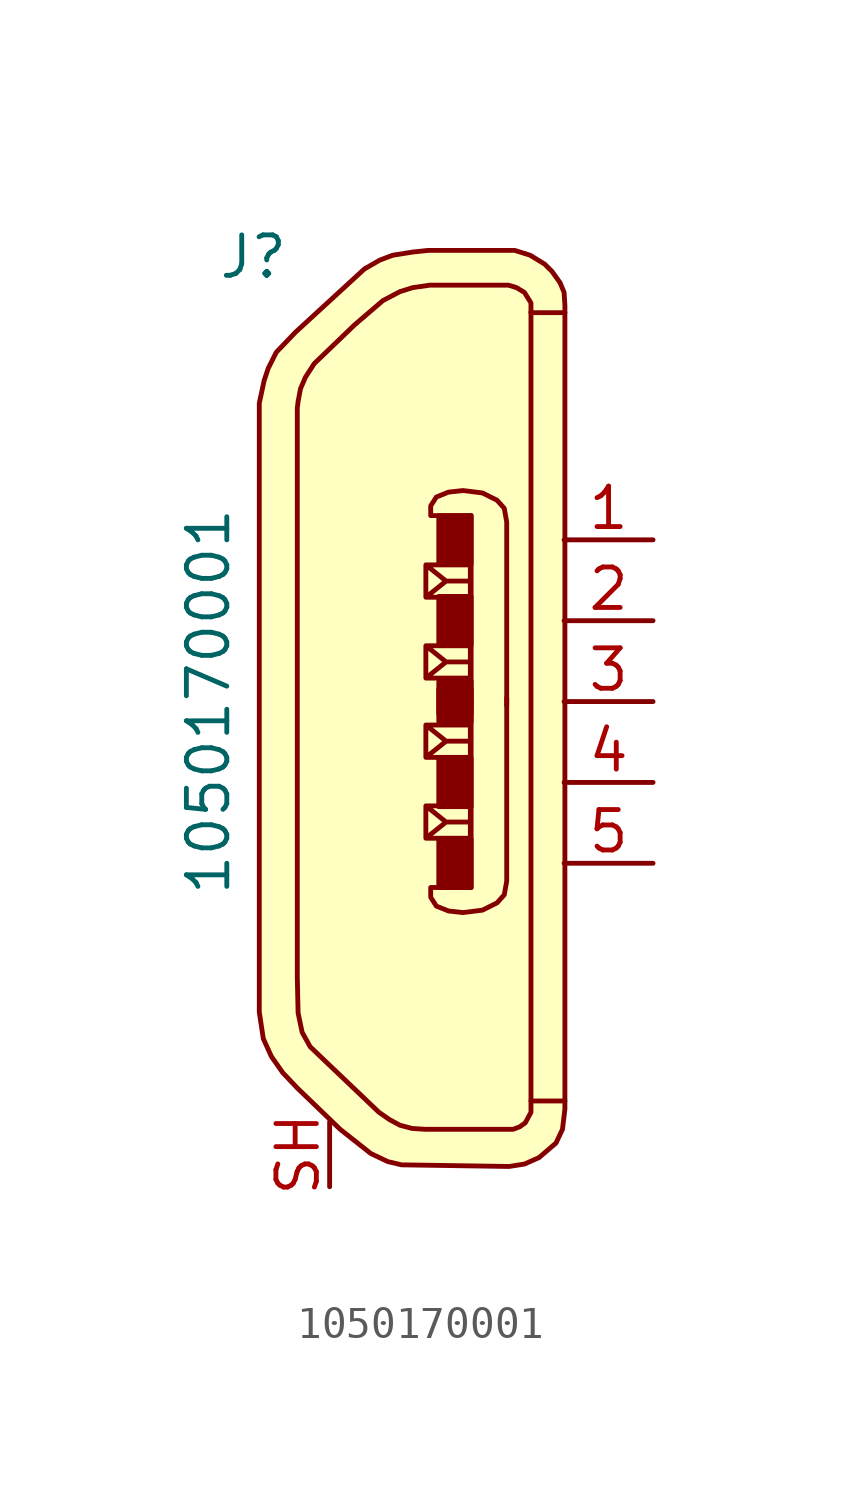
<source format=kicad_sym>
(kicad_symbol_lib
  (version 20220914)
  (generator kicad_symbol_editor)
  (symbol "1050170001"
    (pin_names
      (offset 1.016))
    (property "Reference" "J"
      (at -3.81 13.97 0)
      (effects (font (size 1.27 1.27)) (justify right)))
    (property "Value" "1050170001"
      (at -6.35 0 90)
      (effects (font (size 1.27 1.27))))
    (symbol "1050170001_1_1"
      (polyline (pts (xy 3.785 12.243) (xy 3.785 -12.548)) (stroke (width 0) (type solid)) (fill (type none)))
      (polyline (pts (xy 0.483 -4.293) (xy 0.483 -3.277) (xy 1.88 -3.277) (xy 1.88 -4.293) (xy 0.483 -4.293) (xy 1.118 -3.785) (xy 0.483 -3.277) (xy 1.88 -3.277) (xy 1.88 -3.785) (xy 1.118 -3.785)) (stroke (width 0) (type solid)) (fill (type none)))
      (polyline (pts (xy 0.483 -1.753) (xy 0.483 -0.737) (xy 1.88 -0.737) (xy 1.88 -1.753) (xy 0.483 -1.753) (xy 1.118 -1.245) (xy 0.483 -0.737) (xy 1.88 -0.737) (xy 1.88 -1.245) (xy 1.118 -1.245)) (stroke (width 0) (type solid)) (fill (type none)))
      (polyline (pts (xy 0.483 1.753) (xy 0.483 0.737) (xy 1.88 0.737) (xy 1.88 1.753) (xy 0.483 1.753) (xy 1.118 1.245) (xy 0.483 0.737) (xy 1.88 0.737) (xy 1.88 1.245) (xy 1.118 1.245)) (stroke (width 0) (type solid)) (fill (type none)))
      (polyline (pts (xy 0.483 4.293) (xy 0.483 3.277) (xy 1.88 3.277) (xy 1.88 4.293) (xy 0.483 4.293) (xy 1.118 3.785) (xy 0.483 3.277) (xy 1.88 3.277) (xy 1.88 3.785) (xy 1.118 3.785)) (stroke (width 0) (type solid)) (fill (type none)))
      (polyline (pts (xy 1.905 -0.025) (xy 1.905 5.842) (xy 0.635 5.842) (xy 0.635 6.147) (xy 0.813 6.426) (xy 1.194 6.579) (xy 1.651 6.629) (xy 2.261 6.553) (xy 2.718 6.325) (xy 2.946 6.071) (xy 3.023 5.639) (xy 3.023 4.801) (xy 3.023 -0.127)) (stroke (width 0) (type solid)) (fill (type none)))
      (polyline (pts (xy 1.905 0.025) (xy 1.905 -5.842) (xy 0.635 -5.842) (xy 0.635 -6.147) (xy 0.813 -6.426) (xy 1.194 -6.579) (xy 1.651 -6.629) (xy 2.261 -6.553) (xy 2.718 -6.325) (xy 2.946 -6.071) (xy 3.023 -5.639) (xy 3.023 -4.801) (xy 3.023 0.127)) (stroke (width 0) (type solid)) (fill (type none)))
      (polyline (pts (xy 4.851 -12.548) (xy 3.835 -12.548) (xy 3.785 -12.548) (xy 3.785 -12.903) (xy 3.607 -13.233) (xy 3.429 -13.36) (xy 3.226 -13.437) (xy 0.457 -13.437) (xy 0.051 -13.411) (xy -0.33 -13.31) (xy -0.66 -13.132) (xy -0.991 -12.903) (xy -3.15 -10.846) (xy -3.404 -10.389) (xy -3.531 -9.779) (xy -3.556 -8.636) (xy -3.556 9.22) (xy -3.531 9.423) (xy -3.454 9.83) (xy -3.302 10.185) (xy -3.023 10.617) (xy -1.753 11.836) (xy -0.864 12.598) (xy -0.33 12.878) (xy 0.076 13.005) (xy 0.61 13.081) (xy 3.073 13.081) (xy 3.327 13.005) (xy 3.581 12.852) (xy 3.785 12.522) (xy 3.785 12.217) (xy 4.851 12.217)) (stroke (width 0) (type solid)) (fill (type none)))
      (polyline (pts (xy 4.851 -11.481) (xy 4.851 -12.802) (xy 4.775 -13.437) (xy 4.572 -13.868) (xy 4.039 -14.326) (xy 3.581 -14.529) (xy 3.099 -14.605) (xy -0.279 -14.554) (xy -0.711 -14.453) (xy -1.245 -14.199) (xy -2.21 -13.437) (xy -3.556 -12.141) (xy -4.013 -11.659) (xy -4.369 -11.151) (xy -4.623 -10.592) (xy -4.75 -9.754) (xy -4.75 9.373) (xy -4.597 10.084) (xy -4.47 10.465) (xy -4.216 10.973) (xy -3.607 11.608) (xy -1.448 13.589) (xy -0.965 13.868) (xy -0.559 14.021) (xy 0.076 14.122) (xy 0.559 14.173) (xy 3.277 14.173) (xy 3.759 14.021) (xy 4.216 13.741) (xy 4.445 13.513) (xy 4.699 13.157) (xy 4.826 12.852) (xy 4.851 12.446) (xy 4.851 -11.506)) (stroke (width 0) (type solid)) (fill (type background)))
      (rectangle (start 0.889 -4.318) (end 1.905 -5.842) (stroke (width 0) (type solid)) (fill (type outline)))
      (rectangle (start 0.889 -3.302) (end 1.905 -1.778) (stroke (width 0) (type solid)) (fill (type outline)))
      (rectangle (start 0.889 -0.635) (end 1.905 0.381) (stroke (width 0) (type solid)) (fill (type outline)))
      (rectangle (start 0.889 0.635) (end 1.905 -0.381) (stroke (width 0) (type solid)) (fill (type outline)))
      (rectangle (start 0.889 3.302) (end 1.905 1.778) (stroke (width 0) (type solid)) (fill (type outline)))
      (rectangle (start 0.889 4.318) (end 1.905 5.842) (stroke (width 0) (type solid)) (fill (type outline)))
      (pin passive line (at 7.62 5.08 180) (length 2.794) (name "~" (effects (font (size 1.27 1.27)))) (number "1" (effects (font (size 1.27 1.27)))))
      (pin passive line (at 7.62 2.54 180) (length 2.794) (name "~" (effects (font (size 1.27 1.27)))) (number "2" (effects (font (size 1.27 1.27)))))
      (pin passive line (at 7.62 0 180) (length 2.794) (name "~" (effects (font (size 1.27 1.27)))) (number "3" (effects (font (size 1.27 1.27)))))
      (pin passive line (at 7.62 -2.54 180) (length 2.794) (name "~" (effects (font (size 1.27 1.27)))) (number "4" (effects (font (size 1.27 1.27)))))
      (pin passive line (at 7.62 -5.08 180) (length 2.794) (name "~" (effects (font (size 1.27 1.27)))) (number "5" (effects (font (size 1.27 1.27)))))
      (pin passive line (at -2.54 -15.24 90) (length 2.032) (name "~" (effects (font (size 1.27 1.27)))) (number "SH" (effects (font (size 1.27 1.27))))))))
</source>
